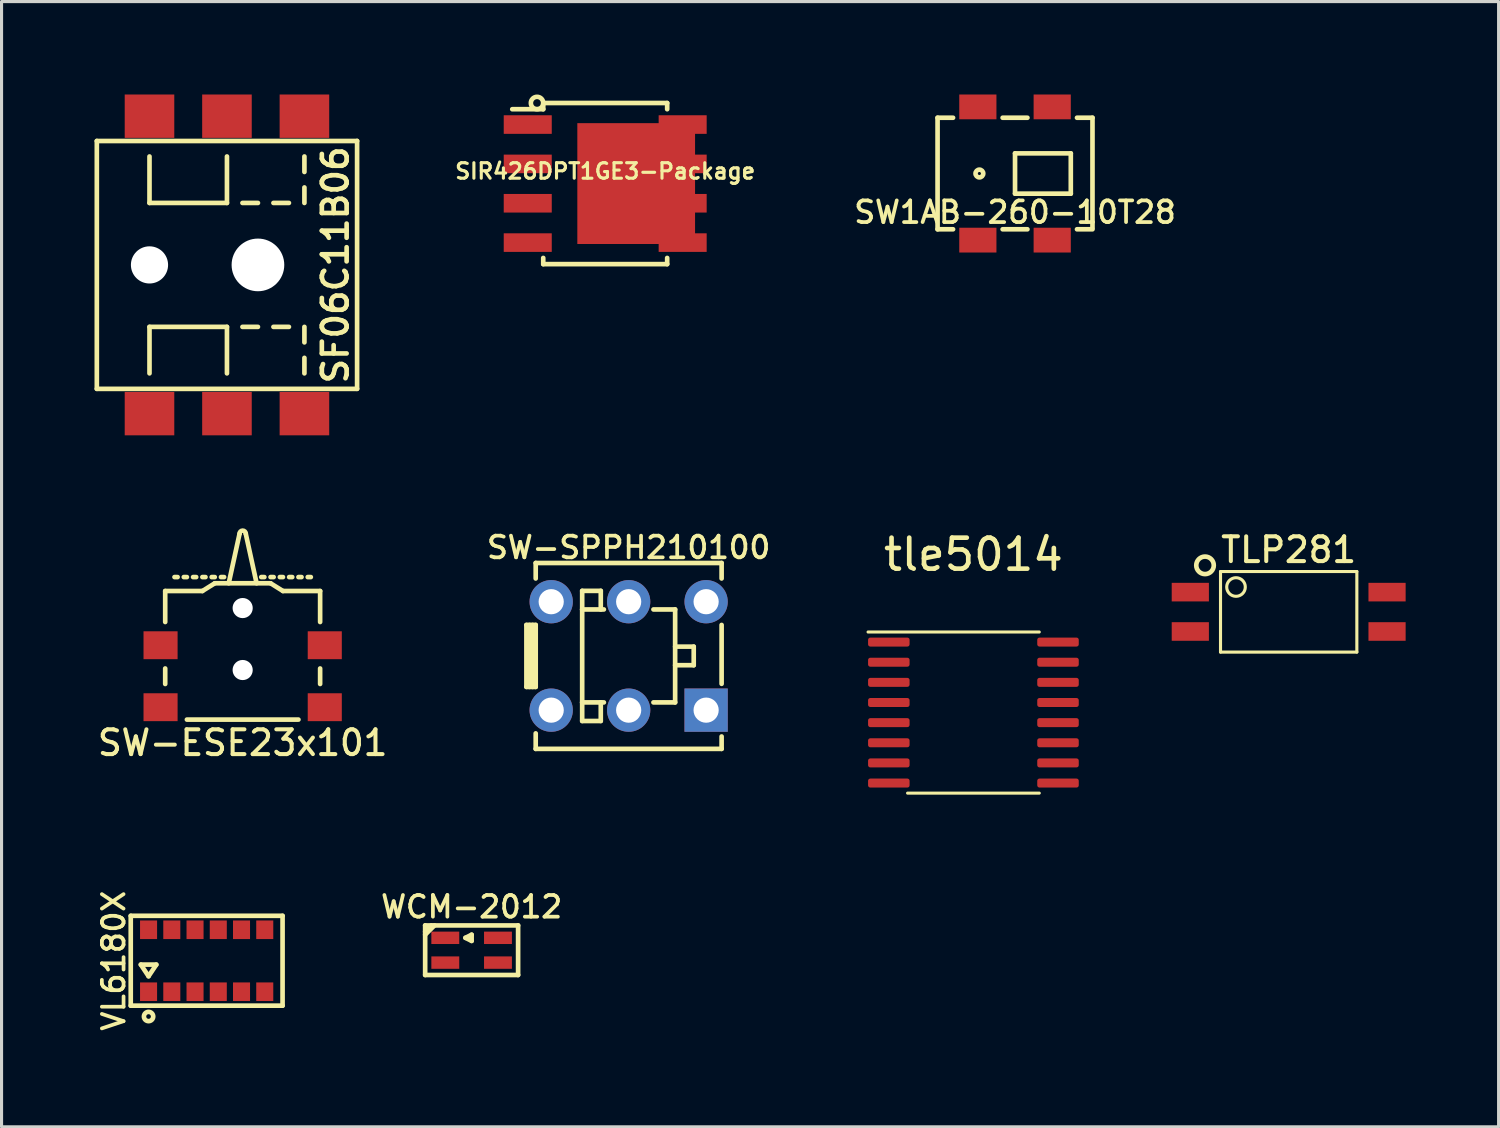
<source format=kicad_pcb>
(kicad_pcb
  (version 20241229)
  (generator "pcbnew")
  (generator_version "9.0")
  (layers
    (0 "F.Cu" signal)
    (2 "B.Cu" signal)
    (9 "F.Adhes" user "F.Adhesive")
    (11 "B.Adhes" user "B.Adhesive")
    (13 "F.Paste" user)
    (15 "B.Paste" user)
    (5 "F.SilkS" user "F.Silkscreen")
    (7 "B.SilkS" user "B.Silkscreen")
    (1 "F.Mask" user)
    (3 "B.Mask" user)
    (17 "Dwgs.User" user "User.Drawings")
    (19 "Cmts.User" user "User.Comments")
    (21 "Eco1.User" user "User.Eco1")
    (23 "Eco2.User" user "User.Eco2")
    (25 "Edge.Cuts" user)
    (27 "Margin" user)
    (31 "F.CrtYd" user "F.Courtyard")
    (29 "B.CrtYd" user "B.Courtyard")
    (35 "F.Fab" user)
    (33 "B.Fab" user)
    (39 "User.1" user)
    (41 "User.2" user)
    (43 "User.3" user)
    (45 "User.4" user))
  (footprint "WCM-2012"
    (layer "F.Cu")
    (at 12.172 27.618)
    (property "Reference" "WCM-2012" (at 0 -1.4 0) (layer "F.SilkS") (effects (font (size 0.7 0.7) (thickness 0.12))))
    (attr through_hole)
    (fp_line (start -1.5 -0.8) (end -1.5 0.8) (stroke (width 0.15) (type solid)) (layer "F.SilkS"))
    (fp_line (start -1.5 -0.5) (end -1.2 -0.8) (stroke (width 0.15) (type solid)) (layer "F.SilkS"))
    (fp_line (start -1.5 0.8) (end 1.5 0.8) (stroke (width 0.15) (type solid)) (layer "F.SilkS"))
    (fp_line (start -1.3 -0.8) (end -1.5 -0.6) (stroke (width 0.15) (type solid)) (layer "F.SilkS"))
    (fp_line (start -0.2 -0.4) (end 0 -0.3) (stroke (width 0.15) (type solid)) (layer "F.SilkS"))
    (fp_line (start 0 -0.5) (end -0.2 -0.4) (stroke (width 0.15) (type solid)) (layer "F.SilkS"))
    (fp_line (start 0 -0.3) (end 0 -0.5) (stroke (width 0.15) (type solid)) (layer "F.SilkS"))
    (fp_line (start 1.5 -0.8) (end -1.5 -0.8) (stroke (width 0.15) (type solid)) (layer "F.SilkS"))
    (fp_line (start 1.5 0.8) (end 1.5 -0.8) (stroke (width 0.15) (type solid)) (layer "F.SilkS"))
    (pad "1" smd rect (at -0.85 -0.4) (size 0.9 0.4) (layers "F.Cu" "F.Mask" "F.Paste"))
    (pad "2" smd rect (at -0.85 0.4) (size 0.9 0.4) (layers "F.Cu" "F.Mask" "F.Paste"))
    (pad "3" smd rect (at 0.85 0.4) (size 0.9 0.4) (layers "F.Cu" "F.Mask" "F.Paste"))
    (pad "4" smd rect (at 0.85 -0.4) (size 0.9 0.4) (layers "F.Cu" "F.Mask" "F.Paste")))
  (footprint "SW-SPPH210100"
    (layer "F.Cu")
    (at 17.24 18.12)
    (property "Reference" "SW-SPPH210100" (at 0 -3.5 180) (layer "F.SilkS") (effects (font (size 0.7 0.7) (thickness 0.12))))
    (attr through_hole)
    (fp_line (start -3.3 -1) (end -3.3 1) (stroke (width 0.15) (type solid)) (layer "F.SilkS"))
    (fp_line (start -3.3 1) (end -3 1) (stroke (width 0.15) (type solid)) (layer "F.SilkS"))
    (fp_line (start -3.2 -1) (end -3.2 1) (stroke (width 0.15) (type solid)) (layer "F.SilkS"))
    (fp_line (start -3.1 -1) (end -3.1 1) (stroke (width 0.15) (type solid)) (layer "F.SilkS"))
    (fp_line (start -3 -3) (end -3 -2.5) (stroke (width 0.15) (type solid)) (layer "F.SilkS"))
    (fp_line (start -3 -1) (end -3.3 -1) (stroke (width 0.15) (type solid)) (layer "F.SilkS"))
    (fp_line (start -3 -1) (end -3 1) (stroke (width 0.15) (type solid)) (layer "F.SilkS"))
    (fp_line (start -3 2.5) (end -3 3) (stroke (width 0.15) (type solid)) (layer "F.SilkS"))
    (fp_line (start -3 3) (end 3 3) (stroke (width 0.15) (type solid)) (layer "F.SilkS"))
    (fp_line (start -1.5 -2.1) (end -0.9 -2.1) (stroke (width 0.15) (type solid)) (layer "F.SilkS"))
    (fp_line (start -1.5 -1.5) (end -1.5 -2.1) (stroke (width 0.15) (type solid)) (layer "F.SilkS"))
    (fp_line (start -1.5 -1.5) (end -1.5 1.5) (stroke (width 0.15) (type solid)) (layer "F.SilkS"))
    (fp_line (start -1.5 1.5) (end -1.5 2.1) (stroke (width 0.15) (type solid)) (layer "F.SilkS"))
    (fp_line (start -1.5 1.5) (end -0.8 1.5) (stroke (width 0.15) (type solid)) (layer "F.SilkS"))
    (fp_line (start -1.5 2.1) (end -0.9 2.1) (stroke (width 0.15) (type solid)) (layer "F.SilkS"))
    (fp_line (start -0.9 -2.1) (end -0.9 -1.5) (stroke (width 0.15) (type solid)) (layer "F.SilkS"))
    (fp_line (start -0.9 2.1) (end -0.9 1.5) (stroke (width 0.15) (type solid)) (layer "F.SilkS"))
    (fp_line (start -0.8 -1.5) (end -1.5 -1.5) (stroke (width 0.15) (type solid)) (layer "F.SilkS"))
    (fp_line (start 0.8 1.5) (end 1.5 1.5) (stroke (width 0.15) (type solid)) (layer "F.SilkS"))
    (fp_line (start 1.5 -1.5) (end 0.8 -1.5) (stroke (width 0.15) (type solid)) (layer "F.SilkS"))
    (fp_line (start 1.5 -1.5) (end 1.5 1.5) (stroke (width 0.15) (type solid)) (layer "F.SilkS"))
    (fp_line (start 1.5 -0.3) (end 2.1 -0.3) (stroke (width 0.15) (type solid)) (layer "F.SilkS"))
    (fp_line (start 2.1 -0.3) (end 2.1 0.3) (stroke (width 0.15) (type solid)) (layer "F.SilkS"))
    (fp_line (start 2.1 0.3) (end 1.5 0.3) (stroke (width 0.15) (type solid)) (layer "F.SilkS"))
    (fp_line (start 3 -3) (end -3 -3) (stroke (width 0.15) (type solid)) (layer "F.SilkS"))
    (fp_line (start 3 -2.5) (end 3 -3) (stroke (width 0.15) (type solid)) (layer "F.SilkS"))
    (fp_line (start 3 0.9) (end 3 -1) (stroke (width 0.15) (type solid)) (layer "F.SilkS"))
    (fp_line (start 3 3) (end 3 2.6) (stroke (width 0.15) (type solid)) (layer "F.SilkS"))
    (pad "1" thru_hole rect (at 2.5 1.75) (size 1.397 1.397) (drill 0.813) (layers "*.Cu" "*.Mask"))
    (pad "2" thru_hole circle (at 0 1.75) (size 1.397 1.397) (drill 0.813) (layers "*.Cu" "*.Mask"))
    (pad "3" thru_hole oval (at -2.5 1.75) (size 1.397 1.397) (drill 0.813) (layers "*.Cu" "*.Mask"))
    (pad "4" thru_hole circle (at 2.5 -1.75) (size 1.397 1.397) (drill 0.813) (layers "*.Cu" "*.Mask"))
    (pad "5" thru_hole circle (at 0 -1.75) (size 1.397 1.397) (drill 0.813) (layers "*.Cu" "*.Mask"))
    (pad "6" thru_hole circle (at -2.5 -1.75) (size 1.397 1.397) (drill 0.813) (layers "*.Cu" "*.Mask")))
  (footprint "SW-ESE23x101"
    (layer "F.Cu")
    (at 4.782 16.575)
    (property "Reference" "SW-ESE23x101" (at 0 4.35 0) (layer "F.SilkS") (effects (font (size 0.8 0.8) (thickness 0.13))))
    (attr through_hole)
    (fp_line (start -2.5 -0.55) (end -1.3 -0.55) (stroke (width 0.15) (type solid)) (layer "F.SilkS"))
    (fp_line (start -2.5 0.45) (end -2.5 -0.55) (stroke (width 0.15) (type solid)) (layer "F.SilkS"))
    (fp_line (start -2.5 2.45) (end -2.5 1.95) (stroke (width 0.15) (type solid)) (layer "F.SilkS"))
    (fp_line (start -2.1 -1) (end -2.2 -1) (stroke (width 0.15) (type solid)) (layer "F.SilkS"))
    (fp_line (start -1.8 -1) (end -1.9 -1) (stroke (width 0.15) (type solid)) (layer "F.SilkS"))
    (fp_line (start -1.8 3.6) (end 1.8 3.6) (stroke (width 0.15) (type solid)) (layer "F.SilkS"))
    (fp_line (start -1.5 -1) (end -1.6 -1) (stroke (width 0.15) (type solid)) (layer "F.SilkS"))
    (fp_line (start -1.3 -0.55) (end -0.9 -0.8) (stroke (width 0.15) (type solid)) (layer "F.SilkS"))
    (fp_line (start -1.2 -1) (end -1.3 -1) (stroke (width 0.15) (type solid)) (layer "F.SilkS"))
    (fp_line (start -0.9 -1) (end -1 -1) (stroke (width 0.15) (type solid)) (layer "F.SilkS"))
    (fp_line (start -0.9 -0.8) (end 0.9 -0.8) (stroke (width 0.15) (type solid)) (layer "F.SilkS"))
    (fp_line (start -0.6 -1) (end -0.7 -1) (stroke (width 0.15) (type solid)) (layer "F.SilkS"))
    (fp_line (start -0.1 -2.4) (end -0.45 -0.8) (stroke (width 0.15) (type solid)) (layer "F.SilkS"))
    (fp_line (start 0.1 -2.4) (end 0.45 -0.8) (stroke (width 0.15) (type solid)) (layer "F.SilkS"))
    (fp_line (start 0.6 -1) (end 0.7 -1) (stroke (width 0.15) (type solid)) (layer "F.SilkS"))
    (fp_line (start 0.9 -1) (end 1 -1) (stroke (width 0.15) (type solid)) (layer "F.SilkS"))
    (fp_line (start 0.9 -0.8) (end 1.3 -0.55) (stroke (width 0.15) (type solid)) (layer "F.SilkS"))
    (fp_line (start 1.2 -1) (end 1.3 -1) (stroke (width 0.15) (type solid)) (layer "F.SilkS"))
    (fp_line (start 1.3 -0.55) (end 2.5 -0.55) (stroke (width 0.15) (type solid)) (layer "F.SilkS"))
    (fp_line (start 1.5 -1) (end 1.6 -1) (stroke (width 0.15) (type solid)) (layer "F.SilkS"))
    (fp_line (start 1.8 -1) (end 1.9 -1) (stroke (width 0.15) (type solid)) (layer "F.SilkS"))
    (fp_line (start 2.1 -1) (end 2.2 -1) (stroke (width 0.15) (type solid)) (layer "F.SilkS"))
    (fp_line (start 2.5 0.45) (end 2.5 -0.55) (stroke (width 0.15) (type solid)) (layer "F.SilkS"))
    (fp_line (start 2.5 2.45) (end 2.5 1.95) (stroke (width 0.15) (type solid)) (layer "F.SilkS"))
    (fp_arc (start -0.1 -2.4) (mid 0 -2.5) (end 0.1 -2.4) (stroke (width 0.15) (type solid)) (layer "F.SilkS"))
    (pad "" np_thru_hole circle (at 0 0) (size 0.65 0.65) (drill 0.65) (layers "*.Cu" "*.Mask"))
    (pad "" np_thru_hole circle (at 0 2) (size 0.65 0.65) (drill 0.65) (layers "*.Cu" "*.Mask"))
    (pad "1" smd rect (at -2.65 1.2) (size 1.1 0.9) (layers "F.Cu" "F.Mask" "F.Paste"))
    (pad "2" smd rect (at -2.65 3.2) (size 1.1 0.9) (layers "F.Cu" "F.Mask" "F.Paste"))
    (pad "3" smd rect (at 2.65 3.2) (size 1.1 0.9) (layers "F.Cu" "F.Mask" "F.Paste"))
    (pad "4" smd rect (at 2.65 1.2) (size 1.1 0.9) (layers "F.Cu" "F.Mask" "F.Paste")))
  (footprint "TLP281"
    (layer "F.Cu")
    (at 38.542 16.696)
    (property "Reference" "TLP281" (at 0 -2 0) (layer "F.SilkS") (effects (font (size 0.8 0.8) (thickness 0.13))))
    (attr through_hole)
    (fp_line (start -2.2 -1.3) (end 2.2 -1.3) (stroke (width 0.1) (type solid)) (layer "F.SilkS"))
    (fp_line (start -2.2 1.3) (end -2.2 -1.3) (stroke (width 0.1) (type solid)) (layer "F.SilkS"))
    (fp_line (start 2.2 -1.3) (end 2.2 1.3) (stroke (width 0.1) (type solid)) (layer "F.SilkS"))
    (fp_line (start 2.2 1.3) (end -2.2 1.3) (stroke (width 0.1) (type solid)) (layer "F.SilkS"))
    (fp_circle (center -2.7 -1.5) (end -2.5 -1.3) (stroke (width 0.15) (type solid)) (fill no) (layer "F.SilkS"))
    (fp_circle (center -1.7 -0.8) (end -2 -0.8) (stroke (width 0.1) (type solid)) (fill no) (layer "F.SilkS"))
    (pad "1" smd rect (at -3.175 -0.635) (size 1.2 0.6) (layers "F.Cu" "F.Mask" "F.Paste"))
    (pad "2" smd rect (at -3.175 0.635) (size 1.2 0.6) (layers "F.Cu" "F.Mask" "F.Paste"))
    (pad "3" smd rect (at 3.175 0.635) (size 1.2 0.6) (layers "F.Cu" "F.Mask" "F.Paste"))
    (pad "4" smd rect (at 3.175 -0.635) (size 1.2 0.6) (layers "F.Cu" "F.Mask" "F.Paste")))
  (footprint "tle5014"
    (layer "F.Cu")
    (at 28.367 19.948)
    (property "Reference" "tle5014" (at 0 -5.1 0) (unlocked yes) (layer "F.SilkS") (effects (font (size 1 1) (thickness 0.15))))
    (attr smd)
    (fp_line (start -3.4 -2.6) (end 2.125 -2.6) (stroke (width 0.1) (type default)) (layer "F.SilkS"))
    (fp_line (start -2.125 2.6) (end 2.125 2.6) (stroke (width 0.1) (type default)) (layer "F.SilkS"))
    (pad "1" smd roundrect (at -2.73 -2.275) (size 1.34 0.29) (layers "F.Cu" "F.Mask" "F.Paste") (roundrect_rratio 0.25))
    (pad "2" smd roundrect (at -2.73 -1.625) (size 1.34 0.29) (layers "F.Cu" "F.Mask" "F.Paste") (roundrect_rratio 0.25))
    (pad "3" smd roundrect (at -2.73 -0.975) (size 1.34 0.29) (layers "F.Cu" "F.Mask" "F.Paste") (roundrect_rratio 0.25))
    (pad "4" smd roundrect (at -2.73 -0.325) (size 1.34 0.29) (layers "F.Cu" "F.Mask" "F.Paste") (roundrect_rratio 0.25))
    (pad "5" smd roundrect (at -2.73 0.325) (size 1.34 0.29) (layers "F.Cu" "F.Mask" "F.Paste") (roundrect_rratio 0.25))
    (pad "6" smd roundrect (at -2.73 0.975) (size 1.34 0.29) (layers "F.Cu" "F.Mask" "F.Paste") (roundrect_rratio 0.25))
    (pad "7" smd roundrect (at -2.73 1.625) (size 1.34 0.29) (layers "F.Cu" "F.Mask" "F.Paste") (roundrect_rratio 0.25))
    (pad "8" smd roundrect (at -2.73 2.275) (size 1.34 0.29) (layers "F.Cu" "F.Mask" "F.Paste") (roundrect_rratio 0.25))
    (pad "9" smd roundrect (at 2.73 2.275) (size 1.34 0.29) (layers "F.Cu" "F.Mask" "F.Paste") (roundrect_rratio 0.25))
    (pad "10" smd roundrect (at 2.73 1.625) (size 1.34 0.29) (layers "F.Cu" "F.Mask" "F.Paste") (roundrect_rratio 0.25))
    (pad "11" smd roundrect (at 2.73 0.975) (size 1.34 0.29) (layers "F.Cu" "F.Mask" "F.Paste") (roundrect_rratio 0.25))
    (pad "12" smd roundrect (at 2.73 0.325) (size 1.34 0.29) (layers "F.Cu" "F.Mask" "F.Paste") (roundrect_rratio 0.25))
    (pad "13" smd roundrect (at 2.73 -0.325) (size 1.34 0.29) (layers "F.Cu" "F.Mask" "F.Paste") (roundrect_rratio 0.25))
    (pad "14" smd roundrect (at 2.73 -0.975) (size 1.34 0.29) (layers "F.Cu" "F.Mask" "F.Paste") (roundrect_rratio 0.25))
    (pad "15" smd roundrect (at 2.73 -1.625) (size 1.34 0.29) (layers "F.Cu" "F.Mask" "F.Paste") (roundrect_rratio 0.25))
    (pad "16" smd roundrect (at 2.73 -2.275) (size 1.34 0.29) (layers "F.Cu" "F.Mask" "F.Paste") (roundrect_rratio 0.25)))
  (footprint "SIR426DPT1GE3-Package"
    (layer "F.Cu")
    (at 16.483 2.875)
    (property "Reference" "SIR426DPT1GE3-Package" (at 0 -0.4 0) (layer "F.SilkS") (effects (font (size 0.5 0.5) (thickness 0.1))))
    (attr smd)
    (fp_line (start -2 -2.6) (end -2 -2.4) (stroke (width 0.15) (type solid)) (layer "F.SilkS"))
    (fp_line (start -2 -2.6) (end 2 -2.6) (stroke (width 0.15) (type solid)) (layer "F.SilkS"))
    (fp_line (start -2 -2.4) (end -3 -2.4) (stroke (width 0.15) (type solid)) (layer "F.SilkS"))
    (fp_line (start -2 2.6) (end -2 2.4) (stroke (width 0.15) (type solid)) (layer "F.SilkS"))
    (fp_line (start -2 2.6) (end 2 2.6) (stroke (width 0.15) (type solid)) (layer "F.SilkS"))
    (fp_line (start 2 -2.6) (end 2 -2.4) (stroke (width 0.15) (type solid)) (layer "F.SilkS"))
    (fp_line (start 2 2.6) (end 2 2.4) (stroke (width 0.15) (type solid)) (layer "F.SilkS"))
    (fp_circle (center -2.2 -2.6) (end -2.2 -2.4) (stroke (width 0.15) (type solid)) (fill no) (layer "F.SilkS"))
    (pad "1" smd rect (at -2.5 -1.905) (size 1.55 0.6) (layers "F.Cu" "F.Mask" "F.Paste"))
    (pad "2" smd rect (at -2.5 -0.635) (size 1.55 0.6) (layers "F.Cu" "F.Mask" "F.Paste"))
    (pad "3" smd rect (at -2.5 0.635) (size 1.55 0.6) (layers "F.Cu" "F.Mask" "F.Paste"))
    (pad "4" smd rect (at -2.5 1.905) (size 1.55 0.6) (layers "F.Cu" "F.Mask" "F.Paste"))
    (pad "5" smd rect (at 2.5 1.905) (size 1.55 0.6) (layers "F.Cu" "F.Mask" "F.Paste"))
    (pad "6" smd rect (at 2.5 0.635) (size 1.55 0.6) (layers "F.Cu" "F.Mask" "F.Paste"))
    (pad "7" smd rect (at 2.5 -0.635) (size 1.55 0.6) (layers "F.Cu" "F.Mask" "F.Paste"))
    (pad "8" smd rect (at 2.5 -1.905) (size 1.55 0.6) (layers "F.Cu" "F.Mask" "F.Paste"))
    (pad "9" smd rect (at 1 0) (size 3.8 3.9) (layers "F.Cu" "F.Mask" "F.Paste")))
  (footprint "SW1AB-260-10T28"
    (layer "F.Cu")
    (at 29.71 2.55)
    (property "Reference" "SW1AB-260-10T28" (at 0 1.25 180) (layer "F.SilkS") (effects (font (size 0.7 0.7) (thickness 0.12))))
    (attr through_hole)
    (fp_line (start -2.5 -1.8) (end -2.5 1.8) (stroke (width 0.15) (type solid)) (layer "F.SilkS"))
    (fp_line (start -2.5 -1.8) (end -2 -1.8) (stroke (width 0.15) (type solid)) (layer "F.SilkS"))
    (fp_line (start -2.5 1.8) (end -2 1.8) (stroke (width 0.15) (type solid)) (layer "F.SilkS"))
    (fp_line (start -0.4 -1.8) (end 0.4 -1.8) (stroke (width 0.15) (type solid)) (layer "F.SilkS"))
    (fp_line (start -0.4 1.8) (end 0.4 1.8) (stroke (width 0.15) (type solid)) (layer "F.SilkS"))
    (fp_line (start 0 -0.65) (end 0 0.65) (stroke (width 0.15) (type solid)) (layer "F.SilkS"))
    (fp_line (start 0 0.65) (end 1.8 0.65) (stroke (width 0.15) (type solid)) (layer "F.SilkS"))
    (fp_line (start 1.8 -0.65) (end 0 -0.65) (stroke (width 0.15) (type solid)) (layer "F.SilkS"))
    (fp_line (start 1.8 0.65) (end 1.8 -0.65) (stroke (width 0.15) (type solid)) (layer "F.SilkS"))
    (fp_line (start 2 -1.8) (end 2.5 -1.8) (stroke (width 0.15) (type solid)) (layer "F.SilkS"))
    (fp_line (start 2 1.8) (end 2.5 1.8) (stroke (width 0.15) (type solid)) (layer "F.SilkS"))
    (fp_line (start 2.5 -1.8) (end 2.5 1.75) (stroke (width 0.15) (type solid)) (layer "F.SilkS"))
    (fp_circle (center -1.15 0) (end -1.1 0) (stroke (width 0.15) (type solid)) (fill no) (layer "F.SilkS"))
    (pad "1" smd rect (at -1.2 -2.15) (size 1.2 0.8) (layers "F.Cu" "F.Mask" "F.Paste"))
    (pad "1" smd rect (at 1.2 -2.15) (size 1.2 0.8) (layers "F.Cu" "F.Mask" "F.Paste"))
    (pad "2" smd rect (at -1.2 2.15) (size 1.2 0.8) (layers "F.Cu" "F.Mask" "F.Paste"))
    (pad "2" smd rect (at 1.2 2.15) (size 1.2 0.8) (layers "F.Cu" "F.Mask" "F.Paste")))
  (footprint "SF06C11B06"
    (layer "F.Cu")
    (at 4.275 5.5)
    (property "Reference" "SF06C11B06" (at 3.5 0 90) (layer "F.SilkS") (effects (font (size 0.8 0.8) (thickness 0.15))))
    (attr through_hole)
    (fp_line (start -4.2 -4) (end -4.2 4) (stroke (width 0.15) (type solid)) (layer "F.SilkS"))
    (fp_line (start -4.2 4) (end 4.2 4) (stroke (width 0.15) (type solid)) (layer "F.SilkS"))
    (fp_line (start -2.5 -2) (end -2.5 -3.5) (stroke (width 0.15) (type solid)) (layer "F.SilkS"))
    (fp_line (start -2.5 2) (end -2.5 3.5) (stroke (width 0.15) (type solid)) (layer "F.SilkS"))
    (fp_line (start 0 -3.5) (end 0 -2) (stroke (width 0.15) (type solid)) (layer "F.SilkS"))
    (fp_line (start 0 -2) (end -2.5 -2) (stroke (width 0.15) (type solid)) (layer "F.SilkS"))
    (fp_line (start 0 2) (end -2.5 2) (stroke (width 0.15) (type solid)) (layer "F.SilkS"))
    (fp_line (start 0 3.5) (end 0 2) (stroke (width 0.15) (type solid)) (layer "F.SilkS"))
    (fp_line (start 0.5 -2) (end 1 -2) (stroke (width 0.15) (type solid)) (layer "F.SilkS"))
    (fp_line (start 0.5 2) (end 1 2) (stroke (width 0.15) (type solid)) (layer "F.SilkS"))
    (fp_line (start 1.5 -2) (end 2 -2) (stroke (width 0.15) (type solid)) (layer "F.SilkS"))
    (fp_line (start 1.5 2) (end 2 2) (stroke (width 0.15) (type solid)) (layer "F.SilkS"))
    (fp_line (start 2.5 -3.5) (end 2.5 -3) (stroke (width 0.15) (type solid)) (layer "F.SilkS"))
    (fp_line (start 2.5 -2) (end 2.5 -2.5) (stroke (width 0.15) (type solid)) (layer "F.SilkS"))
    (fp_line (start 2.5 2) (end 2.5 2.5) (stroke (width 0.15) (type solid)) (layer "F.SilkS"))
    (fp_line (start 2.5 3) (end 2.5 3.5) (stroke (width 0.15) (type solid)) (layer "F.SilkS"))
    (fp_line (start 4.2 -4) (end -4.2 -4) (stroke (width 0.15) (type solid)) (layer "F.SilkS"))
    (fp_line (start 4.2 4) (end 4.2 -4) (stroke (width 0.15) (type solid)) (layer "F.SilkS"))
    (pad "" np_thru_hole circle (at -2.5 0) (size 1.2 1.2) (drill 1.2) (layers "*.Cu" "*.Mask"))
    (pad "" np_thru_hole circle (at 1 0) (size 1.7 1.7) (drill 1.7) (layers "*.Cu" "*.Mask"))
    (pad "1" smd rect (at -2.5 4.8) (size 1.6 1.4) (layers "F.Cu" "F.Mask" "F.Paste"))
    (pad "2" smd rect (at 0 4.8) (size 1.6 1.4) (layers "F.Cu" "F.Mask" "F.Paste"))
    (pad "3" smd rect (at 2.5 4.8) (size 1.6 1.4) (layers "F.Cu" "F.Mask" "F.Paste"))
    (pad "4" smd rect (at 2.5 -4.8) (size 1.6 1.4) (layers "F.Cu" "F.Mask" "F.Paste"))
    (pad "5" smd rect (at 0 -4.8) (size 1.6 1.4) (layers "F.Cu" "F.Mask" "F.Paste"))
    (pad "6" smd rect (at -2.5 -4.8) (size 1.6 1.4) (layers "F.Cu" "F.Mask" "F.Paste")))
  (footprint "VL6180X"
    (layer "F.Cu")
    (at 3.62 27.958)
    (property "Reference" "VL6180X" (at -3 0 90) (layer "F.SilkS") (effects (font (size 0.7 0.7) (thickness 0.12))))
    (attr through_hole)
    (fp_line (start -2.45 -1.45) (end 2.45 -1.45) (stroke (width 0.15) (type solid)) (layer "F.SilkS"))
    (fp_line (start -2.45 1.45) (end -2.45 -1.45) (stroke (width 0.15) (type solid)) (layer "F.SilkS"))
    (fp_line (start -2.125 0.125) (end -1.625 0.125) (stroke (width 0.15) (type solid)) (layer "F.SilkS"))
    (fp_line (start -1.875 0.5) (end -2.125 0.125) (stroke (width 0.15) (type solid)) (layer "F.SilkS"))
    (fp_line (start -1.625 0.125) (end -1.875 0.5) (stroke (width 0.15) (type solid)) (layer "F.SilkS"))
    (fp_line (start 2.45 -1.45) (end 2.45 1.45) (stroke (width 0.15) (type solid)) (layer "F.SilkS"))
    (fp_line (start 2.45 1.45) (end -2.45 1.45) (stroke (width 0.15) (type solid)) (layer "F.SilkS"))
    (fp_circle (center -1.875 1.8) (end -1.875 1.65) (stroke (width 0.15) (type solid)) (fill no) (layer "F.SilkS"))
    (pad "1" smd rect (at -1.875 1) (size 0.55 0.6) (layers "F.Cu" "F.Mask" "F.Paste"))
    (pad "2" smd rect (at -1.125 1) (size 0.55 0.6) (layers "F.Cu" "F.Mask" "F.Paste"))
    (pad "3" smd rect (at -0.375 1) (size 0.55 0.6) (layers "F.Cu" "F.Mask" "F.Paste"))
    (pad "4" smd rect (at 0.375 1) (size 0.55 0.6) (layers "F.Cu" "F.Mask" "F.Paste"))
    (pad "5" smd rect (at 1.125 1) (size 0.55 0.6) (layers "F.Cu" "F.Mask" "F.Paste"))
    (pad "6" smd rect (at 1.875 1) (size 0.55 0.6) (layers "F.Cu" "F.Mask" "F.Paste"))
    (pad "7" smd rect (at 1.875 -1) (size 0.55 0.6) (layers "F.Cu" "F.Mask" "F.Paste"))
    (pad "8" smd rect (at 1.125 -1) (size 0.55 0.6) (layers "F.Cu" "F.Mask" "F.Paste"))
    (pad "9" smd rect (at 0.375 -1) (size 0.55 0.6) (layers "F.Cu" "F.Mask" "F.Paste"))
    (pad "10" smd rect (at -0.375 -1) (size 0.55 0.6) (layers "F.Cu" "F.Mask" "F.Paste"))
    (pad "11" smd rect (at -1.125 -1) (size 0.55 0.6) (layers "F.Cu" "F.Mask" "F.Paste"))
    (pad "12" smd rect (at -1.875 -1) (size 0.55 0.6) (layers "F.Cu" "F.Mask" "F.Paste")))
  (gr_rect
    (start -3 -3)
    (end 45.317 33.318)
    (stroke (width 0.1) (type default))
    (fill no)
    (layer "Edge.Cuts")))
</source>
